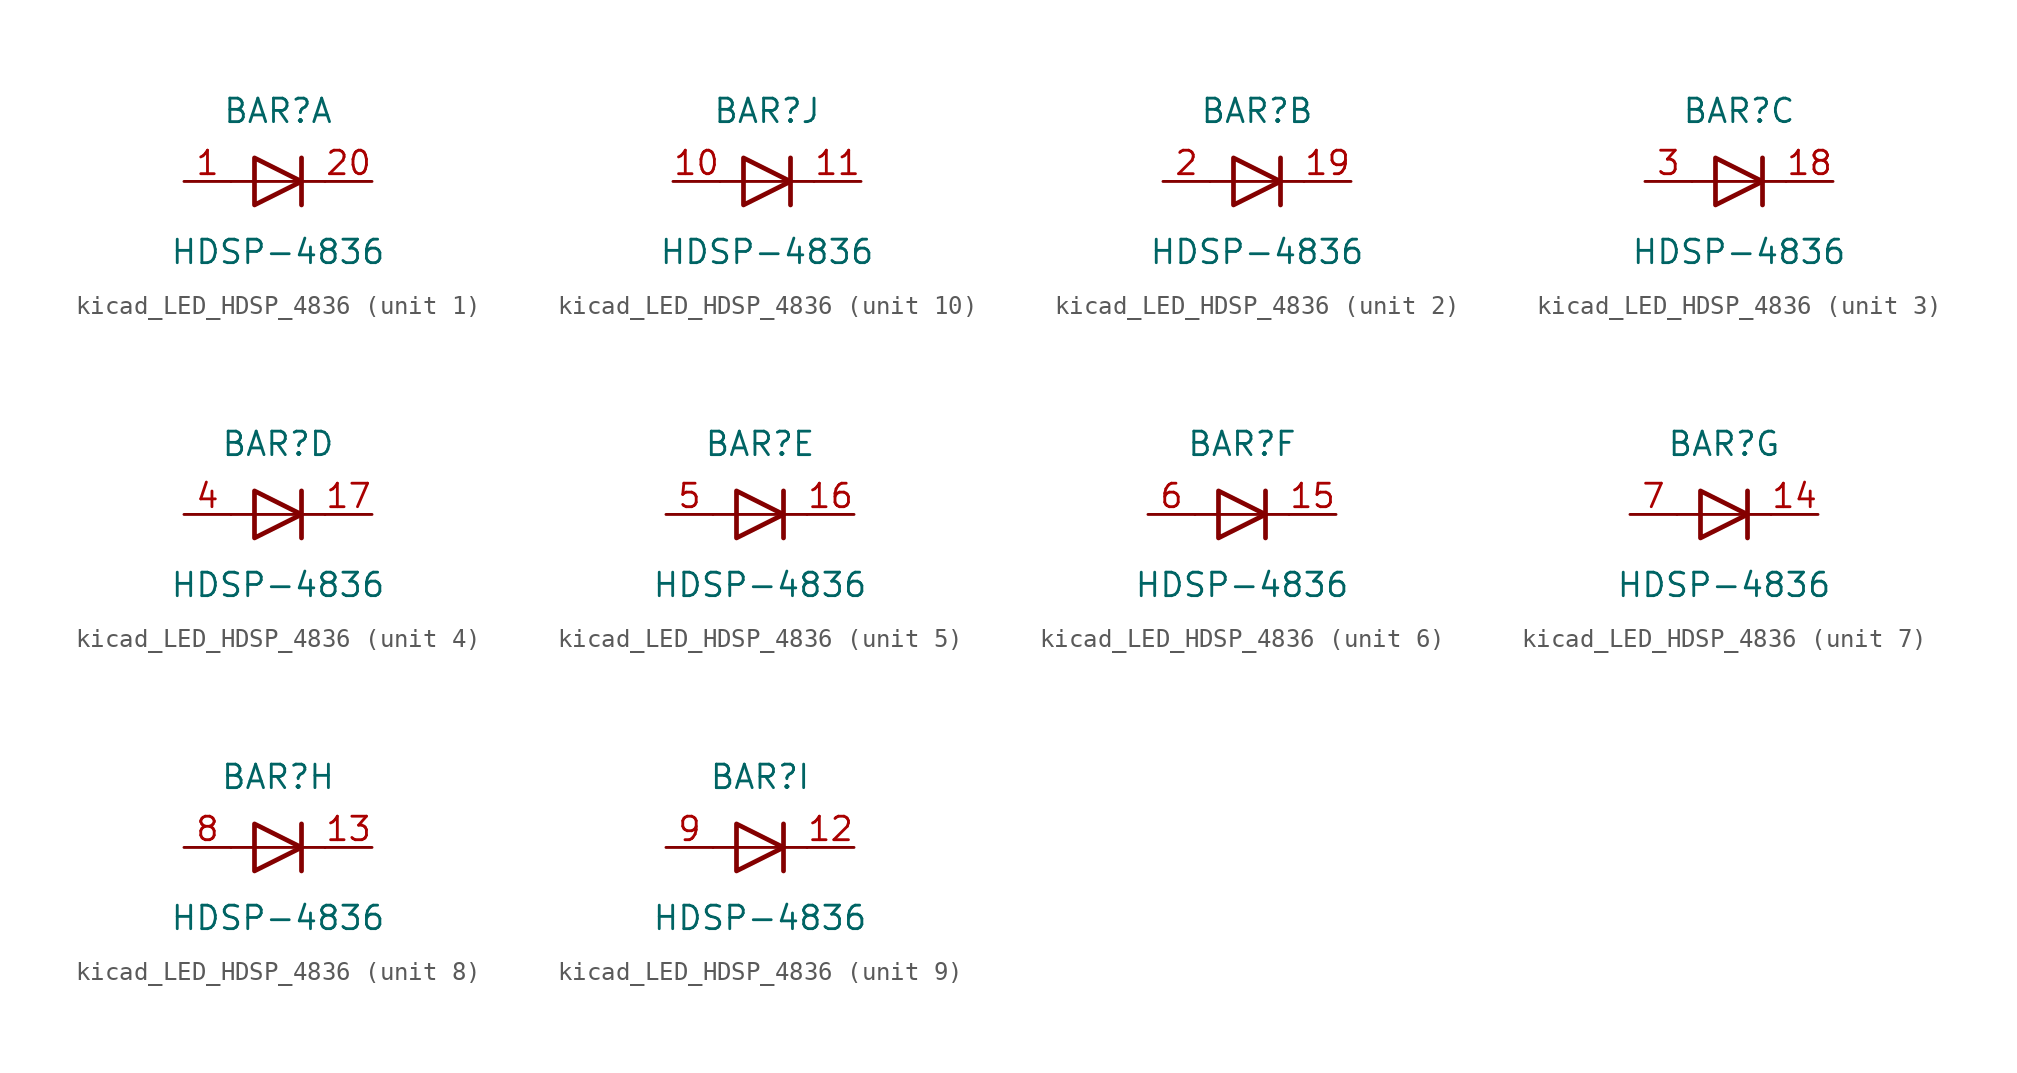
<source format=kicad_sym>
(kicad_symbol_lib
  (version 20220914)
  (generator kicad_symbol_editor)
  (symbol "kicad_LED_HDSP_4836"
    (pin_names
      (offset 1.016) hide)
    (property "Reference" "BAR"
      (at 0 3.81 0)
      (effects (font (size 1.27 1.27))))
    (property "Value" "HDSP-4836"
      (at 0 -3.81 0)
      (effects (font (size 1.27 1.27))))
    (symbol "kicad_LED_HDSP_4836_0_1"
      (polyline (pts (xy -2.54 0) (xy 2.54 0)) (stroke (width 0) (type default)) (fill (type none)))
      (polyline (pts (xy 1.27 -1.27) (xy 1.27 1.27)) (stroke (width 0.254) (type default)) (fill (type none)))
      (polyline (pts (xy -1.27 1.27) (xy -1.27 -1.27) (xy 1.27 0) (xy -1.27 1.27)) (stroke (width 0.254) (type default)) (fill (type none))))
    (symbol "kicad_LED_HDSP_4836_1_1"
      (pin passive line (at -5.08 0 0) (length 2.54) (name "A" (effects (font (size 1.27 1.27)))) (number "1" (effects (font (size 1.27 1.27)))))
      (pin passive line (at 5.08 0 180) (length 2.54) (name "K" (effects (font (size 1.27 1.27)))) (number "20" (effects (font (size 1.27 1.27))))))
    (symbol "kicad_LED_HDSP_4836_2_1"
      (pin passive line (at 5.08 0 180) (length 2.54) (name "K" (effects (font (size 1.27 1.27)))) (number "19" (effects (font (size 1.27 1.27)))))
      (pin passive line (at -5.08 0 0) (length 2.54) (name "A" (effects (font (size 1.27 1.27)))) (number "2" (effects (font (size 1.27 1.27))))))
    (symbol "kicad_LED_HDSP_4836_3_1"
      (pin passive line (at 5.08 0 180) (length 2.54) (name "K" (effects (font (size 1.27 1.27)))) (number "18" (effects (font (size 1.27 1.27)))))
      (pin passive line (at -5.08 0 0) (length 2.54) (name "A" (effects (font (size 1.27 1.27)))) (number "3" (effects (font (size 1.27 1.27))))))
    (symbol "kicad_LED_HDSP_4836_4_1"
      (pin passive line (at 5.08 0 180) (length 2.54) (name "K" (effects (font (size 1.27 1.27)))) (number "17" (effects (font (size 1.27 1.27)))))
      (pin passive line (at -5.08 0 0) (length 2.54) (name "A" (effects (font (size 1.27 1.27)))) (number "4" (effects (font (size 1.27 1.27))))))
    (symbol "kicad_LED_HDSP_4836_5_1"
      (pin passive line (at 5.08 0 180) (length 2.54) (name "K" (effects (font (size 1.27 1.27)))) (number "16" (effects (font (size 1.27 1.27)))))
      (pin passive line (at -5.08 0 0) (length 2.54) (name "A" (effects (font (size 1.27 1.27)))) (number "5" (effects (font (size 1.27 1.27))))))
    (symbol "kicad_LED_HDSP_4836_6_1"
      (pin passive line (at 5.08 0 180) (length 2.54) (name "K" (effects (font (size 1.27 1.27)))) (number "15" (effects (font (size 1.27 1.27)))))
      (pin passive line (at -5.08 0 0) (length 2.54) (name "A" (effects (font (size 1.27 1.27)))) (number "6" (effects (font (size 1.27 1.27))))))
    (symbol "kicad_LED_HDSP_4836_7_1"
      (pin passive line (at 5.08 0 180) (length 2.54) (name "K" (effects (font (size 1.27 1.27)))) (number "14" (effects (font (size 1.27 1.27)))))
      (pin passive line (at -5.08 0 0) (length 2.54) (name "A" (effects (font (size 1.27 1.27)))) (number "7" (effects (font (size 1.27 1.27))))))
    (symbol "kicad_LED_HDSP_4836_8_1"
      (pin passive line (at 5.08 0 180) (length 2.54) (name "K" (effects (font (size 1.27 1.27)))) (number "13" (effects (font (size 1.27 1.27)))))
      (pin passive line (at -5.08 0 0) (length 2.54) (name "A" (effects (font (size 1.27 1.27)))) (number "8" (effects (font (size 1.27 1.27))))))
    (symbol "kicad_LED_HDSP_4836_9_1"
      (pin passive line (at 5.08 0 180) (length 2.54) (name "K" (effects (font (size 1.27 1.27)))) (number "12" (effects (font (size 1.27 1.27)))))
      (pin passive line (at -5.08 0 0) (length 2.54) (name "A" (effects (font (size 1.27 1.27)))) (number "9" (effects (font (size 1.27 1.27))))))
    (symbol "kicad_LED_HDSP_4836_10_1"
      (pin passive line (at -5.08 0 0) (length 2.54) (name "A" (effects (font (size 1.27 1.27)))) (number "10" (effects (font (size 1.27 1.27)))))
      (pin passive line (at 5.08 0 180) (length 2.54) (name "K" (effects (font (size 1.27 1.27)))) (number "11" (effects (font (size 1.27 1.27))))))))
</source>
